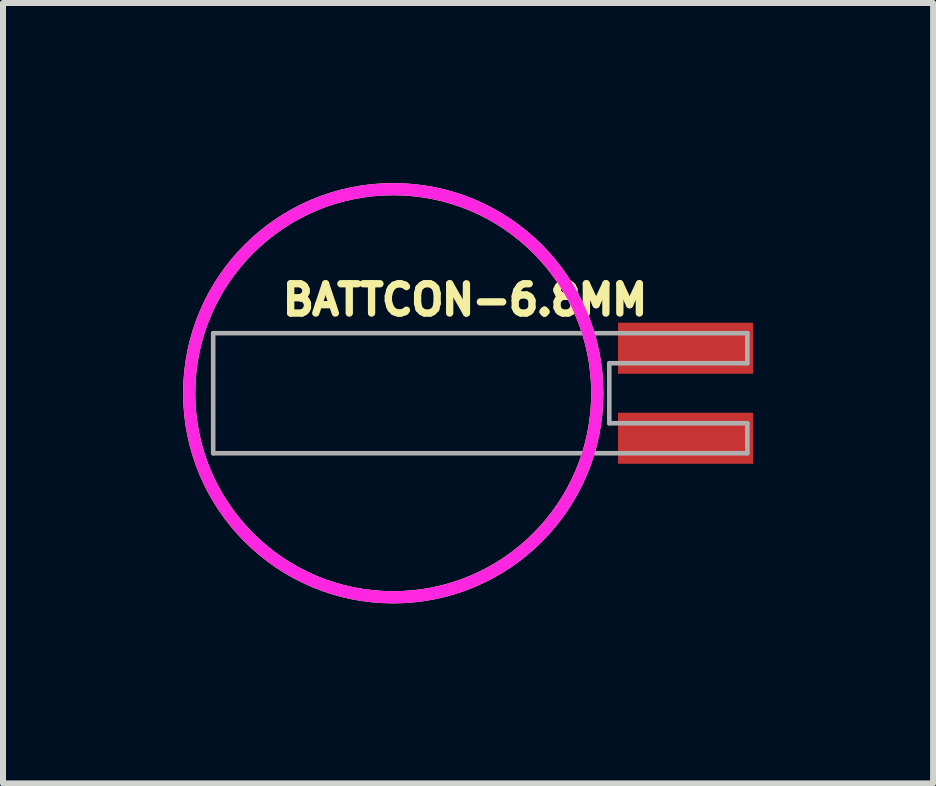
<source format=kicad_pcb>
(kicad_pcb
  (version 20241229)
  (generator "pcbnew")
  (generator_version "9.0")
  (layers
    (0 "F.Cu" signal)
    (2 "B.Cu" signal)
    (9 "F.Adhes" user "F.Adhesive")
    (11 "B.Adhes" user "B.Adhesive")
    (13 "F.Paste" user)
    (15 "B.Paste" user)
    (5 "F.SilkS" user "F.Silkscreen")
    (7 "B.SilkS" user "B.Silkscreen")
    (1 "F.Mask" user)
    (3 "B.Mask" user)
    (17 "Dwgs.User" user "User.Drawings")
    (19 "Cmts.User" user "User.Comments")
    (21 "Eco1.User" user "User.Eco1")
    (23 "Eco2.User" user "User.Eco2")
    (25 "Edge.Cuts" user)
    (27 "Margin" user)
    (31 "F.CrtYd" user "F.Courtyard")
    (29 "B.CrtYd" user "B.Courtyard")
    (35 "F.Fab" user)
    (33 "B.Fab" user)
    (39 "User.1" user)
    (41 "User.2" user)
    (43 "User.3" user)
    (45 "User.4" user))
  (footprint "BATTCON-6.8MM"
    (layer "F.Cu")
    (at 3.502 3.502)
    (property "Reference" "BATTCON-6.8MM" (at -1.905 -1.27 0) (unlocked yes) (layer "F.SilkS") (effects (font (size 0.488 0.488) (thickness 0.122)) (justify left bottom)))
    (fp_circle (center 0 0) (end 3.4 0) (stroke (width 0.203) (type solid)) (fill no) (layer "F.SilkS"))
    (fp_circle (center 0 0) (end 3.4 0) (stroke (width 0.203) (type solid)) (fill no) (layer "F.CrtYd"))
    (fp_line (start -3 -1) (end -3 1) (stroke (width 0.076) (type solid)) (layer "F.Fab"))
    (fp_line (start -3 1) (end 5.9 1) (stroke (width 0.076) (type solid)) (layer "F.Fab"))
    (fp_line (start 3.6 0.5) (end 3.6 -0.5) (stroke (width 0.076) (type solid)) (layer "F.Fab"))
    (fp_line (start 3.6 0.5) (end 5.9 0.5) (stroke (width 0.076) (type solid)) (layer "F.Fab"))
    (fp_line (start 5.9 -1) (end -3 -1) (stroke (width 0.076) (type solid)) (layer "F.Fab"))
    (fp_line (start 5.9 -1) (end 5.9 -0.5) (stroke (width 0.076) (type solid)) (layer "F.Fab"))
    (fp_line (start 5.9 -0.5) (end 3.6 -0.5) (stroke (width 0.076) (type solid)) (layer "F.Fab"))
    (fp_line (start 5.9 0.5) (end 5.9 1) (stroke (width 0.076) (type solid)) (layer "F.Fab"))
    (pad "+" smd rect (at 4.87 -0.75 180) (size 2.25 0.85) (layers "F.Cu" "F.Mask" "F.Paste"))
    (pad "-" smd rect (at 4.87 0.75 180) (size 2.25 0.85) (layers "F.Cu" "F.Mask" "F.Paste")))
  (gr_rect
    (start -3 -3)
    (end 12.497 10.003)
    (stroke (width 0.1) (type default))
    (fill no)
    (layer "Edge.Cuts")))
</source>
